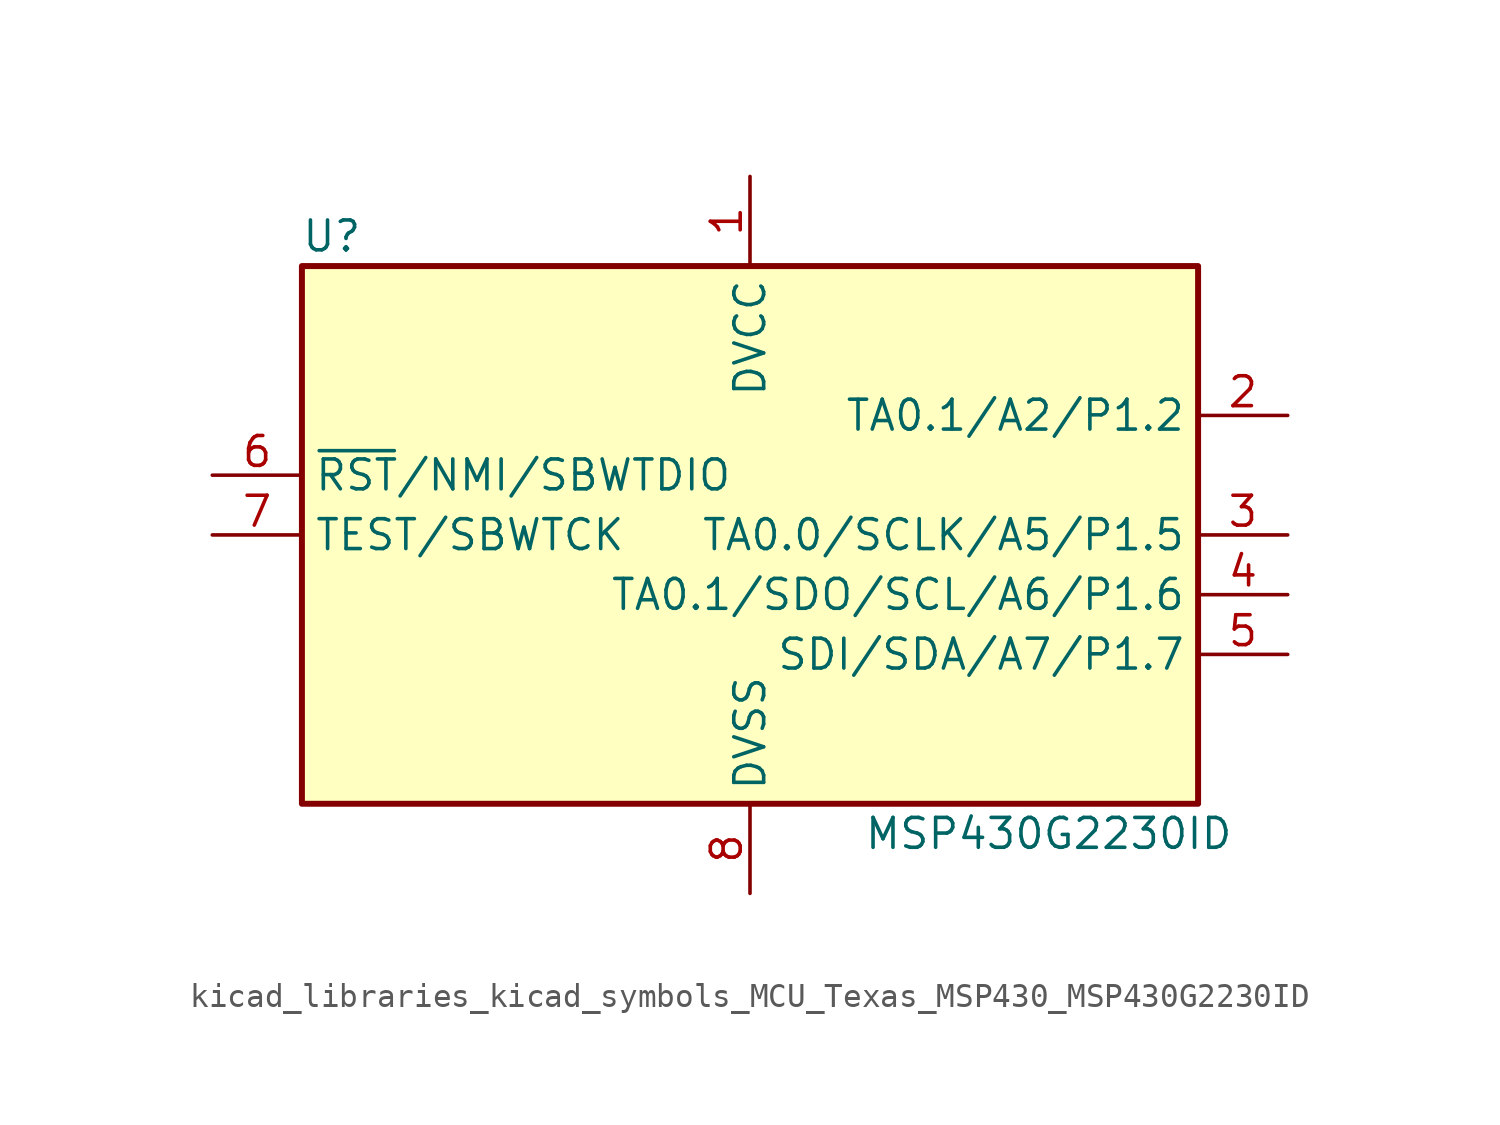
<source format=kicad_sym>
(kicad_symbol_lib
  (version 20220914)
  (generator kicad_symbol_editor)
  (symbol "kicad_libraries_kicad_symbols_MCU_Texas_MSP430_MSP430G2230ID"
    (property "Reference" "U"
      (at -17.78 12.7 0)
      (effects (font (size 1.27 1.27))))
    (property "Value" "MSP430G2230ID"
      (at 12.7 -12.7 0)
      (effects (font (size 1.27 1.27))))
    (symbol "kicad_libraries_kicad_symbols_MCU_Texas_MSP430_MSP430G2230ID_0_1"
      (rectangle (start -19.05 11.43) (end 19.05 -11.43) (stroke (width 0.254) (type default)) (fill (type background))))
    (symbol "kicad_libraries_kicad_symbols_MCU_Texas_MSP430_MSP430G2230ID_1_1"
      (pin power_in line (at 0 15.24 270) (length 3.81) (name "DVCC" (effects (font (size 1.27 1.27)))) (number "1" (effects (font (size 1.27 1.27)))))
      (pin bidirectional line (at 22.86 5.08 180) (length 3.81) (name "TA0.1/A2/P1.2" (effects (font (size 1.27 1.27)))) (number "2" (effects (font (size 1.27 1.27)))))
      (pin bidirectional line (at 22.86 0 180) (length 3.81) (name "TA0.0/SCLK/A5/P1.5" (effects (font (size 1.27 1.27)))) (number "3" (effects (font (size 1.27 1.27)))))
      (pin bidirectional line (at 22.86 -2.54 180) (length 3.81) (name "TA0.1/SDO/SCL/A6/P1.6" (effects (font (size 1.27 1.27)))) (number "4" (effects (font (size 1.27 1.27)))))
      (pin bidirectional line (at 22.86 -5.08 180) (length 3.81) (name "SDI/SDA/A7/P1.7" (effects (font (size 1.27 1.27)))) (number "5" (effects (font (size 1.27 1.27)))))
      (pin input line (at -22.86 2.54 0) (length 3.81) (name "~{RST}/NMI/SBWTDIO" (effects (font (size 1.27 1.27)))) (number "6" (effects (font (size 1.27 1.27)))))
      (pin input line (at -22.86 0 0) (length 3.81) (name "TEST/SBWTCK" (effects (font (size 1.27 1.27)))) (number "7" (effects (font (size 1.27 1.27)))))
      (pin power_in line (at 0 -15.24 90) (length 3.81) (name "DVSS" (effects (font (size 1.27 1.27)))) (number "8" (effects (font (size 1.27 1.27))))))))
</source>
